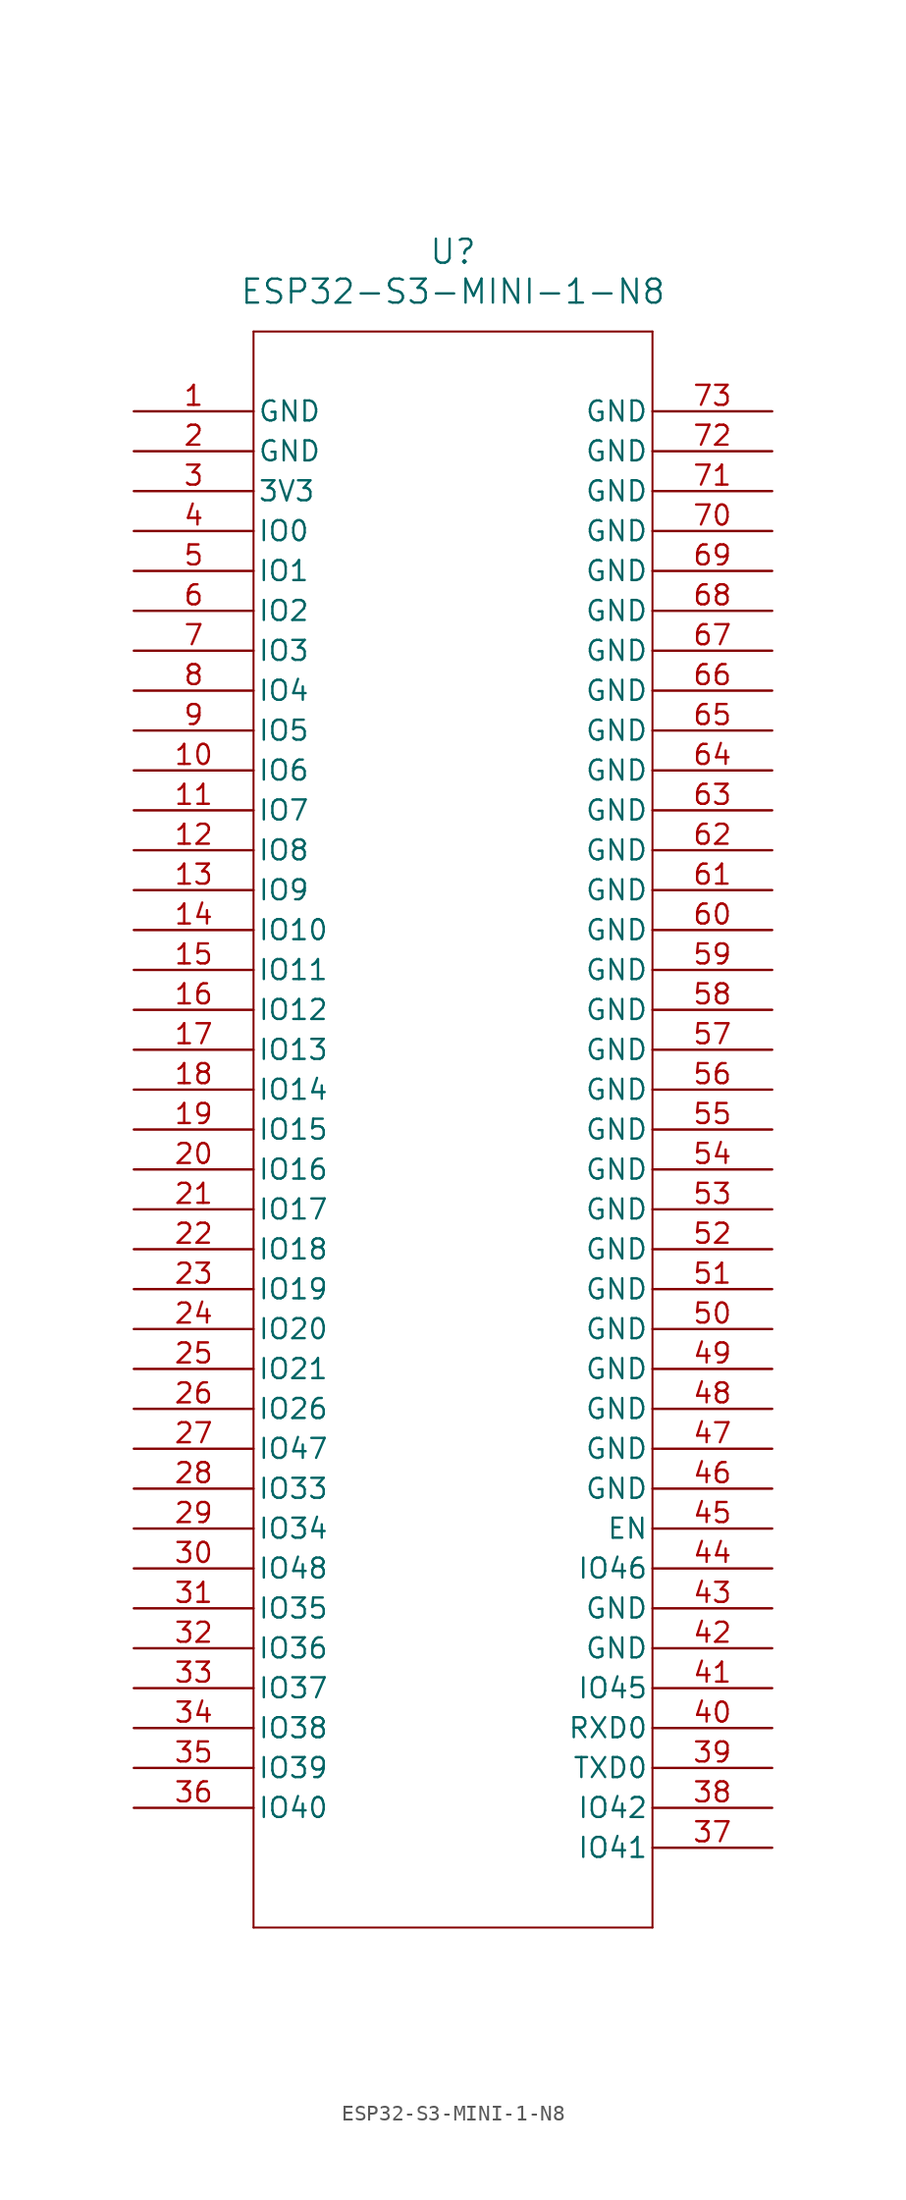
<source format=kicad_sym>
(kicad_symbol_lib
  (version 20211014)
  (generator kicad_symbol_editor)
  (symbol "ESP32-S3-MINI-1-N8"
    (pin_names
      (offset 0.254))
    (property "Reference" "U"
      (at 20.32 10.16 0)
      (effects (font (size 1.524 1.524))))
    (property "Value" "ESP32-S3-MINI-1-N8"
      (at 20.32 7.62 0)
      (effects (font (size 1.524 1.524))))
    (symbol "ESP32-S3-MINI-1-N8_0_1"
      (polyline (pts (xy 7.62 5.08) (xy 7.62 -96.52)) (stroke (width 0.127) (type default) (color 0 0 0 0)) (fill (type none)))
      (polyline (pts (xy 7.62 -96.52) (xy 33.02 -96.52)) (stroke (width 0.127) (type default) (color 0 0 0 0)) (fill (type none)))
      (polyline (pts (xy 33.02 -96.52) (xy 33.02 5.08)) (stroke (width 0.127) (type default) (color 0 0 0 0)) (fill (type none)))
      (polyline (pts (xy 33.02 5.08) (xy 7.62 5.08)) (stroke (width 0.127) (type default) (color 0 0 0 0)) (fill (type none)))
      (pin power_out line (at 0 0 0) (length 7.62) (name "GND" (effects (font (size 1.27 1.27)))) (number "1" (effects (font (size 1.27 1.27)))))
      (pin power_out line (at 0 -2.54 0) (length 7.62) (name "GND" (effects (font (size 1.27 1.27)))) (number "2" (effects (font (size 1.27 1.27)))))
      (pin power_in line (at 0 -5.08 0) (length 7.62) (name "3V3" (effects (font (size 1.27 1.27)))) (number "3" (effects (font (size 1.27 1.27)))))
      (pin bidirectional line (at 0 -7.62 0) (length 7.62) (name "IO0" (effects (font (size 1.27 1.27)))) (number "4" (effects (font (size 1.27 1.27)))))
      (pin bidirectional line (at 0 -10.16 0) (length 7.62) (name "IO1" (effects (font (size 1.27 1.27)))) (number "5" (effects (font (size 1.27 1.27)))))
      (pin bidirectional line (at 0 -12.7 0) (length 7.62) (name "IO2" (effects (font (size 1.27 1.27)))) (number "6" (effects (font (size 1.27 1.27)))))
      (pin bidirectional line (at 0 -15.24 0) (length 7.62) (name "IO3" (effects (font (size 1.27 1.27)))) (number "7" (effects (font (size 1.27 1.27)))))
      (pin bidirectional line (at 0 -17.78 0) (length 7.62) (name "IO4" (effects (font (size 1.27 1.27)))) (number "8" (effects (font (size 1.27 1.27)))))
      (pin bidirectional line (at 0 -20.32 0) (length 7.62) (name "IO5" (effects (font (size 1.27 1.27)))) (number "9" (effects (font (size 1.27 1.27)))))
      (pin bidirectional line (at 0 -22.86 0) (length 7.62) (name "IO6" (effects (font (size 1.27 1.27)))) (number "10" (effects (font (size 1.27 1.27)))))
      (pin bidirectional line (at 0 -25.4 0) (length 7.62) (name "IO7" (effects (font (size 1.27 1.27)))) (number "11" (effects (font (size 1.27 1.27)))))
      (pin bidirectional line (at 0 -27.94 0) (length 7.62) (name "IO8" (effects (font (size 1.27 1.27)))) (number "12" (effects (font (size 1.27 1.27)))))
      (pin bidirectional line (at 0 -30.48 0) (length 7.62) (name "IO9" (effects (font (size 1.27 1.27)))) (number "13" (effects (font (size 1.27 1.27)))))
      (pin bidirectional line (at 0 -33.02 0) (length 7.62) (name "IO10" (effects (font (size 1.27 1.27)))) (number "14" (effects (font (size 1.27 1.27)))))
      (pin bidirectional line (at 0 -35.56 0) (length 7.62) (name "IO11" (effects (font (size 1.27 1.27)))) (number "15" (effects (font (size 1.27 1.27)))))
      (pin bidirectional line (at 0 -38.1 0) (length 7.62) (name "IO12" (effects (font (size 1.27 1.27)))) (number "16" (effects (font (size 1.27 1.27)))))
      (pin bidirectional line (at 0 -40.64 0) (length 7.62) (name "IO13" (effects (font (size 1.27 1.27)))) (number "17" (effects (font (size 1.27 1.27)))))
      (pin bidirectional line (at 0 -43.18 0) (length 7.62) (name "IO14" (effects (font (size 1.27 1.27)))) (number "18" (effects (font (size 1.27 1.27)))))
      (pin bidirectional line (at 0 -45.72 0) (length 7.62) (name "IO15" (effects (font (size 1.27 1.27)))) (number "19" (effects (font (size 1.27 1.27)))))
      (pin bidirectional line (at 0 -48.26 0) (length 7.62) (name "IO16" (effects (font (size 1.27 1.27)))) (number "20" (effects (font (size 1.27 1.27)))))
      (pin bidirectional line (at 0 -50.8 0) (length 7.62) (name "IO17" (effects (font (size 1.27 1.27)))) (number "21" (effects (font (size 1.27 1.27)))))
      (pin bidirectional line (at 0 -53.34 0) (length 7.62) (name "IO18" (effects (font (size 1.27 1.27)))) (number "22" (effects (font (size 1.27 1.27)))))
      (pin bidirectional line (at 0 -55.88 0) (length 7.62) (name "IO19" (effects (font (size 1.27 1.27)))) (number "23" (effects (font (size 1.27 1.27)))))
      (pin bidirectional line (at 0 -58.42 0) (length 7.62) (name "IO20" (effects (font (size 1.27 1.27)))) (number "24" (effects (font (size 1.27 1.27)))))
      (pin bidirectional line (at 0 -60.96 0) (length 7.62) (name "IO21" (effects (font (size 1.27 1.27)))) (number "25" (effects (font (size 1.27 1.27)))))
      (pin bidirectional line (at 0 -63.5 0) (length 7.62) (name "IO26" (effects (font (size 1.27 1.27)))) (number "26" (effects (font (size 1.27 1.27)))))
      (pin bidirectional line (at 0 -66.04 0) (length 7.62) (name "IO47" (effects (font (size 1.27 1.27)))) (number "27" (effects (font (size 1.27 1.27)))))
      (pin bidirectional line (at 0 -68.58 0) (length 7.62) (name "IO33" (effects (font (size 1.27 1.27)))) (number "28" (effects (font (size 1.27 1.27)))))
      (pin bidirectional line (at 0 -71.12 0) (length 7.62) (name "IO34" (effects (font (size 1.27 1.27)))) (number "29" (effects (font (size 1.27 1.27)))))
      (pin bidirectional line (at 0 -73.66 0) (length 7.62) (name "IO48" (effects (font (size 1.27 1.27)))) (number "30" (effects (font (size 1.27 1.27)))))
      (pin bidirectional line (at 0 -76.2 0) (length 7.62) (name "IO35" (effects (font (size 1.27 1.27)))) (number "31" (effects (font (size 1.27 1.27)))))
      (pin bidirectional line (at 0 -78.74 0) (length 7.62) (name "IO36" (effects (font (size 1.27 1.27)))) (number "32" (effects (font (size 1.27 1.27)))))
      (pin bidirectional line (at 0 -81.28 0) (length 7.62) (name "IO37" (effects (font (size 1.27 1.27)))) (number "33" (effects (font (size 1.27 1.27)))))
      (pin bidirectional line (at 0 -83.82 0) (length 7.62) (name "IO38" (effects (font (size 1.27 1.27)))) (number "34" (effects (font (size 1.27 1.27)))))
      (pin bidirectional line (at 0 -86.36 0) (length 7.62) (name "IO39" (effects (font (size 1.27 1.27)))) (number "35" (effects (font (size 1.27 1.27)))))
      (pin bidirectional line (at 0 -88.9 0) (length 7.62) (name "IO40" (effects (font (size 1.27 1.27)))) (number "36" (effects (font (size 1.27 1.27)))))
      (pin bidirectional line (at 40.64 -91.44 180) (length 7.62) (name "IO41" (effects (font (size 1.27 1.27)))) (number "37" (effects (font (size 1.27 1.27)))))
      (pin bidirectional line (at 40.64 -88.9 180) (length 7.62) (name "IO42" (effects (font (size 1.27 1.27)))) (number "38" (effects (font (size 1.27 1.27)))))
      (pin bidirectional line (at 40.64 -86.36 180) (length 7.62) (name "TXD0" (effects (font (size 1.27 1.27)))) (number "39" (effects (font (size 1.27 1.27)))))
      (pin bidirectional line (at 40.64 -83.82 180) (length 7.62) (name "RXD0" (effects (font (size 1.27 1.27)))) (number "40" (effects (font (size 1.27 1.27)))))
      (pin bidirectional line (at 40.64 -81.28 180) (length 7.62) (name "IO45" (effects (font (size 1.27 1.27)))) (number "41" (effects (font (size 1.27 1.27)))))
      (pin power_out line (at 40.64 -78.74 180) (length 7.62) (name "GND" (effects (font (size 1.27 1.27)))) (number "42" (effects (font (size 1.27 1.27)))))
      (pin power_out line (at 40.64 -76.2 180) (length 7.62) (name "GND" (effects (font (size 1.27 1.27)))) (number "43" (effects (font (size 1.27 1.27)))))
      (pin bidirectional line (at 40.64 -73.66 180) (length 7.62) (name "IO46" (effects (font (size 1.27 1.27)))) (number "44" (effects (font (size 1.27 1.27)))))
      (pin input line (at 40.64 -71.12 180) (length 7.62) (name "EN" (effects (font (size 1.27 1.27)))) (number "45" (effects (font (size 1.27 1.27)))))
      (pin power_out line (at 40.64 -68.58 180) (length 7.62) (name "GND" (effects (font (size 1.27 1.27)))) (number "46" (effects (font (size 1.27 1.27)))))
      (pin power_out line (at 40.64 -66.04 180) (length 7.62) (name "GND" (effects (font (size 1.27 1.27)))) (number "47" (effects (font (size 1.27 1.27)))))
      (pin power_out line (at 40.64 -63.5 180) (length 7.62) (name "GND" (effects (font (size 1.27 1.27)))) (number "48" (effects (font (size 1.27 1.27)))))
      (pin power_out line (at 40.64 -60.96 180) (length 7.62) (name "GND" (effects (font (size 1.27 1.27)))) (number "49" (effects (font (size 1.27 1.27)))))
      (pin power_out line (at 40.64 -58.42 180) (length 7.62) (name "GND" (effects (font (size 1.27 1.27)))) (number "50" (effects (font (size 1.27 1.27)))))
      (pin power_out line (at 40.64 -55.88 180) (length 7.62) (name "GND" (effects (font (size 1.27 1.27)))) (number "51" (effects (font (size 1.27 1.27)))))
      (pin power_out line (at 40.64 -53.34 180) (length 7.62) (name "GND" (effects (font (size 1.27 1.27)))) (number "52" (effects (font (size 1.27 1.27)))))
      (pin power_out line (at 40.64 -50.8 180) (length 7.62) (name "GND" (effects (font (size 1.27 1.27)))) (number "53" (effects (font (size 1.27 1.27)))))
      (pin power_out line (at 40.64 -48.26 180) (length 7.62) (name "GND" (effects (font (size 1.27 1.27)))) (number "54" (effects (font (size 1.27 1.27)))))
      (pin power_out line (at 40.64 -45.72 180) (length 7.62) (name "GND" (effects (font (size 1.27 1.27)))) (number "55" (effects (font (size 1.27 1.27)))))
      (pin power_out line (at 40.64 -43.18 180) (length 7.62) (name "GND" (effects (font (size 1.27 1.27)))) (number "56" (effects (font (size 1.27 1.27)))))
      (pin power_out line (at 40.64 -40.64 180) (length 7.62) (name "GND" (effects (font (size 1.27 1.27)))) (number "57" (effects (font (size 1.27 1.27)))))
      (pin power_out line (at 40.64 -38.1 180) (length 7.62) (name "GND" (effects (font (size 1.27 1.27)))) (number "58" (effects (font (size 1.27 1.27)))))
      (pin power_out line (at 40.64 -35.56 180) (length 7.62) (name "GND" (effects (font (size 1.27 1.27)))) (number "59" (effects (font (size 1.27 1.27)))))
      (pin power_out line (at 40.64 -33.02 180) (length 7.62) (name "GND" (effects (font (size 1.27 1.27)))) (number "60" (effects (font (size 1.27 1.27)))))
      (pin power_out line (at 40.64 -30.48 180) (length 7.62) (name "GND" (effects (font (size 1.27 1.27)))) (number "61" (effects (font (size 1.27 1.27)))))
      (pin power_out line (at 40.64 -27.94 180) (length 7.62) (name "GND" (effects (font (size 1.27 1.27)))) (number "62" (effects (font (size 1.27 1.27)))))
      (pin power_out line (at 40.64 -25.4 180) (length 7.62) (name "GND" (effects (font (size 1.27 1.27)))) (number "63" (effects (font (size 1.27 1.27)))))
      (pin power_out line (at 40.64 -22.86 180) (length 7.62) (name "GND" (effects (font (size 1.27 1.27)))) (number "64" (effects (font (size 1.27 1.27)))))
      (pin power_out line (at 40.64 -20.32 180) (length 7.62) (name "GND" (effects (font (size 1.27 1.27)))) (number "65" (effects (font (size 1.27 1.27)))))
      (pin power_out line (at 40.64 -17.78 180) (length 7.62) (name "GND" (effects (font (size 1.27 1.27)))) (number "66" (effects (font (size 1.27 1.27)))))
      (pin power_out line (at 40.64 -15.24 180) (length 7.62) (name "GND" (effects (font (size 1.27 1.27)))) (number "67" (effects (font (size 1.27 1.27)))))
      (pin power_out line (at 40.64 -12.7 180) (length 7.62) (name "GND" (effects (font (size 1.27 1.27)))) (number "68" (effects (font (size 1.27 1.27)))))
      (pin power_out line (at 40.64 -10.16 180) (length 7.62) (name "GND" (effects (font (size 1.27 1.27)))) (number "69" (effects (font (size 1.27 1.27)))))
      (pin power_out line (at 40.64 -7.62 180) (length 7.62) (name "GND" (effects (font (size 1.27 1.27)))) (number "70" (effects (font (size 1.27 1.27)))))
      (pin power_out line (at 40.64 -5.08 180) (length 7.62) (name "GND" (effects (font (size 1.27 1.27)))) (number "71" (effects (font (size 1.27 1.27)))))
      (pin power_out line (at 40.64 -2.54 180) (length 7.62) (name "GND" (effects (font (size 1.27 1.27)))) (number "72" (effects (font (size 1.27 1.27)))))
      (pin power_out line (at 40.64 0 180) (length 7.62) (name "GND" (effects (font (size 1.27 1.27)))) (number "73" (effects (font (size 1.27 1.27))))))))
</source>
